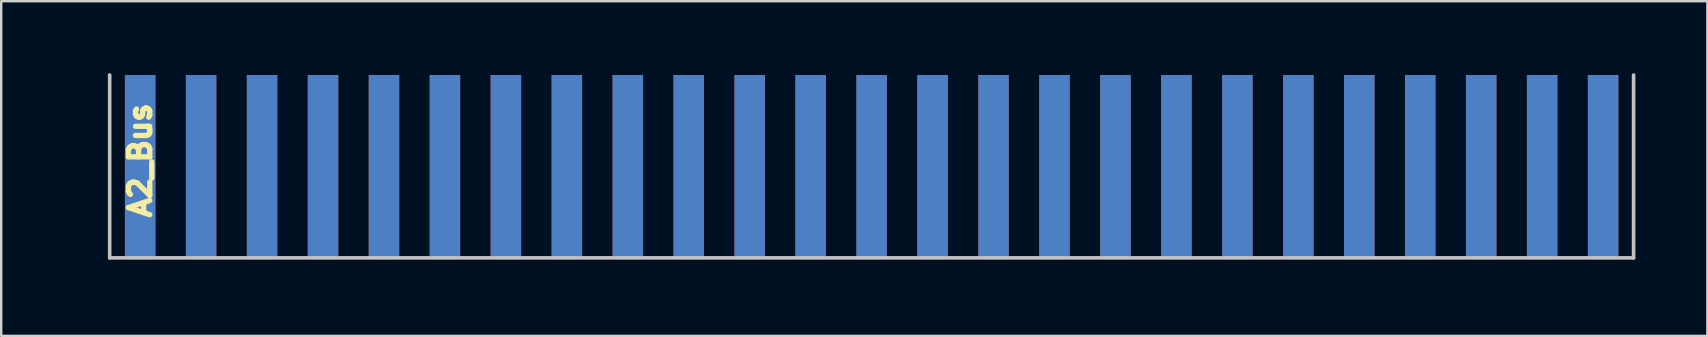
<source format=kicad_pcb>
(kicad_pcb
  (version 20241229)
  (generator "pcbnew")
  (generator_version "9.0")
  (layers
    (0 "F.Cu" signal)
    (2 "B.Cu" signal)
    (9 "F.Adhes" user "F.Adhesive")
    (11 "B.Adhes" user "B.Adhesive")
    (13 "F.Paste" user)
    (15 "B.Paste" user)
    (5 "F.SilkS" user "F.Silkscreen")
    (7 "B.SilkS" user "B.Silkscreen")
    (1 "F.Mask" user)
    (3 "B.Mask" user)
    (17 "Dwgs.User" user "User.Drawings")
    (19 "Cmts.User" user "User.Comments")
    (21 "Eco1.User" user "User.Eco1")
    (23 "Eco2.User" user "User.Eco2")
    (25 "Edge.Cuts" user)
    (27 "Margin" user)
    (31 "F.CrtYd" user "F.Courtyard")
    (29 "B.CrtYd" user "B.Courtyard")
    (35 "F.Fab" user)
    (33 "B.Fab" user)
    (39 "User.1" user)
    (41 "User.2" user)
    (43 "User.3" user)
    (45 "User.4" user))
  (footprint "A2_Bus"
    (layer "F.Cu")
    (at 0.25 7.695)
    (property "Reference" "A2_Bus" (at 2.54 -4.064 90) (layer "F.SilkS") (effects (font (size 0.889 0.889) (thickness 0.222))))
    (attr through_hole)
    (fp_line (start 1.27 0) (end 1.27 -7.62) (stroke (width 0.15) (type solid)) (layer "Dwgs.User"))
    (fp_line (start 64.77 0) (end 1.27 0) (stroke (width 0.15) (type solid)) (layer "Dwgs.User"))
    (fp_line (start 64.77 0) (end 64.77 -7.62) (stroke (width 0.15) (type solid)) (layer "Dwgs.User"))
    (pad "1" connect rect (at 2.54 -3.81) (size 1.27 7.62) (layers "F.Cu" "F.Mask"))
    (pad "2" connect rect (at 5.08 -3.81) (size 1.27 7.62) (layers "F.Cu" "F.Mask"))
    (pad "3" connect rect (at 7.62 -3.81) (size 1.27 7.62) (layers "F.Cu" "F.Mask"))
    (pad "4" connect rect (at 10.16 -3.81) (size 1.27 7.62) (layers "F.Cu" "F.Mask"))
    (pad "5" connect rect (at 12.7 -3.81) (size 1.27 7.62) (layers "F.Cu" "F.Mask"))
    (pad "6" connect rect (at 15.24 -3.81) (size 1.27 7.62) (layers "F.Cu" "F.Mask"))
    (pad "7" connect rect (at 17.78 -3.81) (size 1.27 7.62) (layers "F.Cu" "F.Mask"))
    (pad "8" connect rect (at 20.32 -3.81) (size 1.27 7.62) (layers "F.Cu" "F.Mask"))
    (pad "9" connect rect (at 22.86 -3.81) (size 1.27 7.62) (layers "F.Cu" "F.Mask"))
    (pad "10" connect rect (at 25.4 -3.81) (size 1.27 7.62) (layers "F.Cu" "F.Mask"))
    (pad "11" connect rect (at 27.94 -3.81) (size 1.27 7.62) (layers "F.Cu" "F.Mask"))
    (pad "12" connect rect (at 30.48 -3.81) (size 1.27 7.62) (layers "F.Cu" "F.Mask"))
    (pad "13" connect rect (at 33.02 -3.81) (size 1.27 7.62) (layers "F.Cu" "F.Mask"))
    (pad "14" connect rect (at 35.56 -3.81) (size 1.27 7.62) (layers "F.Cu" "F.Mask"))
    (pad "15" connect rect (at 38.1 -3.81) (size 1.27 7.62) (layers "F.Cu" "F.Mask"))
    (pad "16" connect rect (at 40.64 -3.81) (size 1.27 7.62) (layers "F.Cu" "F.Mask"))
    (pad "17" connect rect (at 43.18 -3.81) (size 1.27 7.62) (layers "F.Cu" "F.Mask"))
    (pad "18" connect rect (at 45.72 -3.81) (size 1.27 7.62) (layers "F.Cu" "F.Mask"))
    (pad "19" connect rect (at 48.26 -3.81) (size 1.27 7.62) (layers "F.Cu" "F.Mask"))
    (pad "20" connect rect (at 50.8 -3.81) (size 1.27 7.62) (layers "F.Cu" "F.Mask"))
    (pad "21" connect rect (at 53.34 -3.81) (size 1.27 7.62) (layers "F.Cu" "F.Mask"))
    (pad "22" connect rect (at 55.88 -3.81) (size 1.27 7.62) (layers "F.Cu" "F.Mask"))
    (pad "23" connect rect (at 58.42 -3.81) (size 1.27 7.62) (layers "F.Cu" "F.Mask"))
    (pad "24" connect rect (at 60.96 -3.81) (size 1.27 7.62) (layers "F.Cu" "F.Mask"))
    (pad "25" connect rect (at 63.5 -3.81) (size 1.27 7.62) (layers "F.Cu" "F.Mask"))
    (pad "26" connect rect (at 63.5 -3.81) (size 1.27 7.62) (layers "B.Cu" "B.Mask"))
    (pad "27" connect rect (at 60.96 -3.81) (size 1.27 7.62) (layers "B.Cu" "B.Mask"))
    (pad "28" connect rect (at 58.42 -3.81) (size 1.27 7.62) (layers "B.Cu" "B.Mask"))
    (pad "29" connect rect (at 55.88 -3.81) (size 1.27 7.62) (layers "B.Cu" "B.Mask"))
    (pad "30" connect rect (at 53.34 -3.81) (size 1.27 7.62) (layers "B.Cu" "B.Mask"))
    (pad "31" connect rect (at 50.8 -3.81) (size 1.27 7.62) (layers "B.Cu" "B.Mask"))
    (pad "32" connect rect (at 48.26 -3.81) (size 1.27 7.62) (layers "B.Cu" "B.Mask"))
    (pad "33" connect rect (at 45.72 -3.81) (size 1.27 7.62) (layers "B.Cu" "B.Mask"))
    (pad "34" connect rect (at 43.18 -3.81) (size 1.27 7.62) (layers "B.Cu" "B.Mask"))
    (pad "35" connect rect (at 40.64 -3.81) (size 1.27 7.62) (layers "B.Cu" "B.Mask"))
    (pad "36" connect rect (at 38.1 -3.81) (size 1.27 7.62) (layers "B.Cu" "B.Mask"))
    (pad "37" connect rect (at 35.56 -3.81) (size 1.27 7.62) (layers "B.Cu" "B.Mask"))
    (pad "38" connect rect (at 33.02 -3.81) (size 1.27 7.62) (layers "B.Cu" "B.Mask"))
    (pad "39" connect rect (at 30.48 -3.81) (size 1.27 7.62) (layers "B.Cu" "B.Mask"))
    (pad "40" connect rect (at 27.94 -3.81) (size 1.27 7.62) (layers "B.Cu" "B.Mask"))
    (pad "41" connect rect (at 25.4 -3.81) (size 1.27 7.62) (layers "B.Cu" "B.Mask"))
    (pad "42" connect rect (at 22.86 -3.81) (size 1.27 7.62) (layers "B.Cu" "B.Mask"))
    (pad "43" connect rect (at 20.32 -3.81) (size 1.27 7.62) (layers "B.Cu" "B.Mask"))
    (pad "44" connect rect (at 17.78 -3.81) (size 1.27 7.62) (layers "B.Cu" "B.Mask"))
    (pad "45" connect rect (at 15.24 -3.81) (size 1.27 7.62) (layers "B.Cu" "B.Mask"))
    (pad "46" connect rect (at 12.7 -3.81) (size 1.27 7.62) (layers "B.Cu" "B.Mask"))
    (pad "47" connect rect (at 10.16 -3.81) (size 1.27 7.62) (layers "B.Cu" "B.Mask"))
    (pad "48" connect rect (at 7.62 -3.81) (size 1.27 7.62) (layers "B.Cu" "B.Mask"))
    (pad "49" connect rect (at 5.08 -3.81) (size 1.27 7.62) (layers "B.Cu" "B.Mask"))
    (pad "50" connect rect (at 2.54 -3.81) (size 1.27 7.62) (layers "B.Cu" "B.Mask")))
  (gr_rect
    (start -3 -3)
    (end 68.095 10.945)
    (stroke (width 0.1) (type default))
    (fill no)
    (layer "Edge.Cuts")))
</source>
